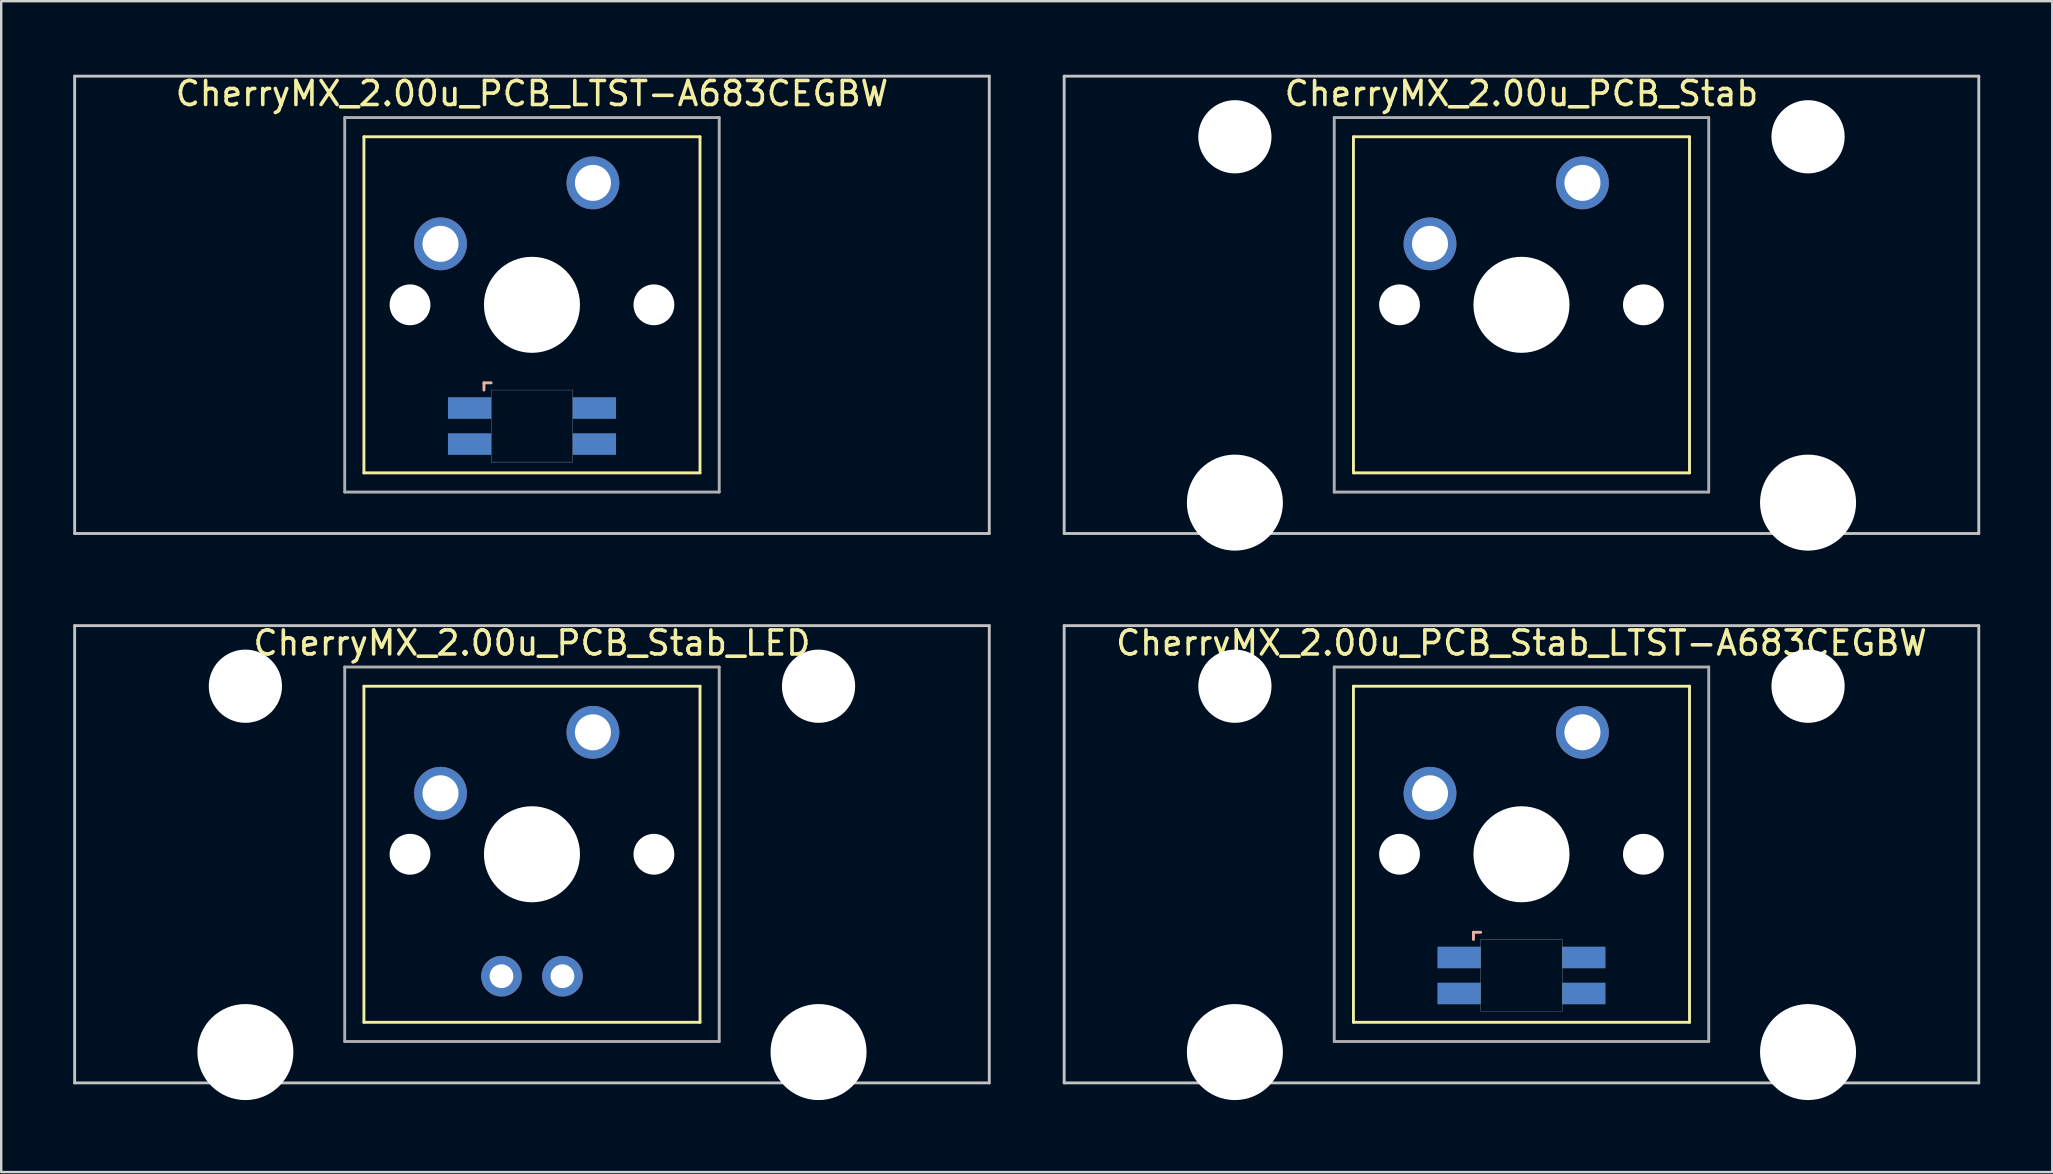
<source format=kicad_pcb>
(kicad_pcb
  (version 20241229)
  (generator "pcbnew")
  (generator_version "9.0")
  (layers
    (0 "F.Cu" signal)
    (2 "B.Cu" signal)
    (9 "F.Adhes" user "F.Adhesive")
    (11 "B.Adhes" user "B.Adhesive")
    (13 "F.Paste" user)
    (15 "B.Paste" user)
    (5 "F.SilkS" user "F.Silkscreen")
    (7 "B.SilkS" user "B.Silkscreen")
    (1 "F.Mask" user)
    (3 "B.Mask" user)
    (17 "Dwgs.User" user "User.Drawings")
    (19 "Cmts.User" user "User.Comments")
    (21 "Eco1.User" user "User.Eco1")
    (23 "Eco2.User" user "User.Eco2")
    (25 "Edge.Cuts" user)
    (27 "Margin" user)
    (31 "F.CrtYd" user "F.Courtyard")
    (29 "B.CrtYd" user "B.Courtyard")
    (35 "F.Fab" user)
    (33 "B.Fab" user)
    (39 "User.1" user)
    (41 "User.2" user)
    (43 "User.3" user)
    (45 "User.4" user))
  (footprint "CherryMX_2.00u_PCB_LTST-A683CEGBW"
    (layer "F.Cu")
    (at 19.11 9.648)
    (property "Reference" "CherryMX_2.00u_PCB_LTST-A683CEGBW" (at 0 -8.8 0) (layer "F.SilkS") (effects (font (size 1 1) (thickness 0.15))))
    (attr through_hole)
    (fp_line (start -7 -7) (end -7 7) (stroke (width 0.12) (type solid)) (layer "F.SilkS"))
    (fp_line (start -7 -7) (end 7 -7) (stroke (width 0.12) (type solid)) (layer "F.SilkS"))
    (fp_line (start 7 -7) (end 7 7) (stroke (width 0.12) (type solid)) (layer "F.SilkS"))
    (fp_line (start 7 7) (end -7 7) (stroke (width 0.12) (type solid)) (layer "F.SilkS"))
    (fp_line (start -2 3.25) (end -2 3.55) (stroke (width 0.12) (type solid)) (layer "B.SilkS"))
    (fp_line (start -1.7 3.25) (end -2 3.25) (stroke (width 0.12) (type solid)) (layer "B.SilkS"))
    (fp_line (start -19.05 -9.525) (end 19.05 -9.525) (stroke (width 0.12) (type solid)) (layer "Dwgs.User"))
    (fp_line (start -19.05 9.525) (end -19.05 -9.525) (stroke (width 0.12) (type solid)) (layer "Dwgs.User"))
    (fp_line (start 19.05 -9.525) (end 19.05 9.525) (stroke (width 0.12) (type solid)) (layer "Dwgs.User"))
    (fp_line (start 19.05 9.525) (end -19.05 9.525) (stroke (width 0.12) (type solid)) (layer "Dwgs.User"))
    (fp_poly (pts (xy 1.7 6.55) (xy -1.7 6.55) (xy -1.7 3.55) (xy 1.7 3.55)) (stroke (width 0.01) (type solid)) (fill no) (layer "Edge.Cuts"))
    (fp_line (start -7.8 -7.8) (end -7.8 7.8) (stroke (width 0.12) (type solid)) (layer "F.Fab"))
    (fp_line (start -7.8 -7.8) (end 7.8 -7.8) (stroke (width 0.12) (type solid)) (layer "F.Fab"))
    (fp_line (start -7.8 7.8) (end 7.8 7.8) (stroke (width 0.12) (type solid)) (layer "F.Fab"))
    (fp_line (start 7.8 -7.8) (end 7.8 7.8) (stroke (width 0.12) (type solid)) (layer "F.Fab"))
    (pad "" np_thru_hole circle (at -5.08 0) (size 1.7 1.7) (drill 1.7) (layers "*.Cu" "*.Mask"))
    (pad "" np_thru_hole circle (at 0 0) (size 4 4) (drill 4) (layers "*.Cu" "*.Mask"))
    (pad "" np_thru_hole circle (at 5.08 0) (size 1.7 1.7) (drill 1.7) (layers "*.Cu" "*.Mask"))
    (pad "1" thru_hole circle (at -3.81 -2.54) (size 2.2 2.2) (drill 1.5) (layers "*.Cu" "*.Mask"))
    (pad "2" thru_hole circle (at 2.54 -5.08) (size 2.2 2.2) (drill 1.5) (layers "*.Cu" "*.Mask"))
    (pad "3" smd rect (at -2.6 4.3) (size 1.8 0.9) (layers "B.Cu" "B.Mask" "B.Paste"))
    (pad "4" smd rect (at -2.6 5.8) (size 1.8 0.9) (layers "B.Cu" "B.Mask" "B.Paste"))
    (pad "5" smd rect (at 2.6 4.3) (size 1.8 0.9) (layers "B.Cu" "B.Mask" "B.Paste"))
    (pad "6" smd rect (at 2.6 5.8) (size 1.8 0.9) (layers "B.Cu" "B.Mask" "B.Paste")))
  (footprint "CherryMX_2.00u_PCB_Stab_LTST-A683CEGBW"
    (layer "F.Cu")
    (at 60.33 32.536)
    (property "Reference" "CherryMX_2.00u_PCB_Stab_LTST-A683CEGBW" (at 0 -8.8 0) (layer "F.SilkS") (effects (font (size 1 1) (thickness 0.15))))
    (attr through_hole)
    (fp_line (start -7 -7) (end -7 7) (stroke (width 0.12) (type solid)) (layer "F.SilkS"))
    (fp_line (start -7 -7) (end 7 -7) (stroke (width 0.12) (type solid)) (layer "F.SilkS"))
    (fp_line (start 7 -7) (end 7 7) (stroke (width 0.12) (type solid)) (layer "F.SilkS"))
    (fp_line (start 7 7) (end -7 7) (stroke (width 0.12) (type solid)) (layer "F.SilkS"))
    (fp_line (start -2 3.25) (end -2 3.55) (stroke (width 0.12) (type solid)) (layer "B.SilkS"))
    (fp_line (start -1.7 3.25) (end -2 3.25) (stroke (width 0.12) (type solid)) (layer "B.SilkS"))
    (fp_line (start -19.05 -9.525) (end 19.05 -9.525) (stroke (width 0.12) (type solid)) (layer "Dwgs.User"))
    (fp_line (start -19.05 9.525) (end -19.05 -9.525) (stroke (width 0.12) (type solid)) (layer "Dwgs.User"))
    (fp_line (start 19.05 -9.525) (end 19.05 9.525) (stroke (width 0.12) (type solid)) (layer "Dwgs.User"))
    (fp_line (start 19.05 9.525) (end -19.05 9.525) (stroke (width 0.12) (type solid)) (layer "Dwgs.User"))
    (fp_poly (pts (xy 1.7 6.55) (xy -1.7 6.55) (xy -1.7 3.55) (xy 1.7 3.55)) (stroke (width 0.01) (type solid)) (fill no) (layer "Edge.Cuts"))
    (fp_line (start -7.8 -7.8) (end -7.8 7.8) (stroke (width 0.12) (type solid)) (layer "F.Fab"))
    (fp_line (start -7.8 -7.8) (end 7.8 -7.8) (stroke (width 0.12) (type solid)) (layer "F.Fab"))
    (fp_line (start -7.8 7.8) (end 7.8 7.8) (stroke (width 0.12) (type solid)) (layer "F.Fab"))
    (fp_line (start 7.8 -7.8) (end 7.8 7.8) (stroke (width 0.12) (type solid)) (layer "F.Fab"))
    (pad "" np_thru_hole circle (at -11.938 -7) (size 3.05 3.05) (drill 3.05) (layers "*.Cu" "*.Mask"))
    (pad "" np_thru_hole circle (at -11.938 8.24) (size 4 4) (drill 4) (layers "*.Cu" "*.Mask"))
    (pad "" np_thru_hole circle (at -5.08 0) (size 1.7 1.7) (drill 1.7) (layers "*.Cu" "*.Mask"))
    (pad "" np_thru_hole circle (at 0 0) (size 4 4) (drill 4) (layers "*.Cu" "*.Mask"))
    (pad "" np_thru_hole circle (at 5.08 0) (size 1.7 1.7) (drill 1.7) (layers "*.Cu" "*.Mask"))
    (pad "" np_thru_hole circle (at 11.938 -7) (size 3.05 3.05) (drill 3.05) (layers "*.Cu" "*.Mask"))
    (pad "" np_thru_hole circle (at 11.938 8.24) (size 4 4) (drill 4) (layers "*.Cu" "*.Mask"))
    (pad "1" thru_hole circle (at -3.81 -2.54) (size 2.2 2.2) (drill 1.5) (layers "*.Cu" "*.Mask"))
    (pad "2" thru_hole circle (at 2.54 -5.08) (size 2.2 2.2) (drill 1.5) (layers "*.Cu" "*.Mask"))
    (pad "3" smd rect (at -2.6 4.3) (size 1.8 0.9) (layers "B.Cu" "B.Mask" "B.Paste"))
    (pad "4" smd rect (at -2.6 5.8) (size 1.8 0.9) (layers "B.Cu" "B.Mask" "B.Paste"))
    (pad "5" smd rect (at 2.6 4.3) (size 1.8 0.9) (layers "B.Cu" "B.Mask" "B.Paste"))
    (pad "6" smd rect (at 2.6 5.8) (size 1.8 0.9) (layers "B.Cu" "B.Mask" "B.Paste")))
  (footprint "CherryMX_2.00u_PCB_Stab_LED"
    (layer "F.Cu")
    (at 19.11 32.536)
    (property "Reference" "CherryMX_2.00u_PCB_Stab_LED" (at 0 -8.8 0) (layer "F.SilkS") (effects (font (size 1 1) (thickness 0.15))))
    (attr through_hole)
    (fp_line (start -7 -7) (end -7 7) (stroke (width 0.12) (type solid)) (layer "F.SilkS"))
    (fp_line (start -7 -7) (end 7 -7) (stroke (width 0.12) (type solid)) (layer "F.SilkS"))
    (fp_line (start 7 -7) (end 7 7) (stroke (width 0.12) (type solid)) (layer "F.SilkS"))
    (fp_line (start 7 7) (end -7 7) (stroke (width 0.12) (type solid)) (layer "F.SilkS"))
    (fp_line (start -19.05 -9.525) (end 19.05 -9.525) (stroke (width 0.12) (type solid)) (layer "Dwgs.User"))
    (fp_line (start -19.05 9.525) (end -19.05 -9.525) (stroke (width 0.12) (type solid)) (layer "Dwgs.User"))
    (fp_line (start 19.05 -9.525) (end 19.05 9.525) (stroke (width 0.12) (type solid)) (layer "Dwgs.User"))
    (fp_line (start 19.05 9.525) (end -19.05 9.525) (stroke (width 0.12) (type solid)) (layer "Dwgs.User"))
    (fp_line (start -7.8 -7.8) (end -7.8 7.8) (stroke (width 0.12) (type solid)) (layer "F.Fab"))
    (fp_line (start -7.8 -7.8) (end 7.8 -7.8) (stroke (width 0.12) (type solid)) (layer "F.Fab"))
    (fp_line (start -7.8 7.8) (end 7.8 7.8) (stroke (width 0.12) (type solid)) (layer "F.Fab"))
    (fp_line (start 7.8 -7.8) (end 7.8 7.8) (stroke (width 0.12) (type solid)) (layer "F.Fab"))
    (pad "" np_thru_hole circle (at -11.938 -7) (size 3.05 3.05) (drill 3.05) (layers "*.Cu" "*.Mask"))
    (pad "" np_thru_hole circle (at -11.938 8.24) (size 4 4) (drill 4) (layers "*.Cu" "*.Mask"))
    (pad "" np_thru_hole circle (at -5.08 0) (size 1.7 1.7) (drill 1.7) (layers "*.Cu" "*.Mask"))
    (pad "" np_thru_hole circle (at 0 0) (size 4 4) (drill 4) (layers "*.Cu" "*.Mask"))
    (pad "" np_thru_hole circle (at 5.08 0) (size 1.7 1.7) (drill 1.7) (layers "*.Cu" "*.Mask"))
    (pad "" np_thru_hole circle (at 11.938 -7) (size 3.05 3.05) (drill 3.05) (layers "*.Cu" "*.Mask"))
    (pad "" np_thru_hole circle (at 11.938 8.24) (size 4 4) (drill 4) (layers "*.Cu" "*.Mask"))
    (pad "1" thru_hole circle (at -3.81 -2.54) (size 2.2 2.2) (drill 1.5) (layers "*.Cu" "*.Mask"))
    (pad "2" thru_hole circle (at 2.54 -5.08) (size 2.2 2.2) (drill 1.5) (layers "*.Cu" "*.Mask"))
    (pad "3" thru_hole circle (at -1.27 5.08) (size 1.691 1.691) (drill 0.991) (layers "*.Cu" "*.Mask"))
    (pad "4" thru_hole circle (at 1.27 5.08) (size 1.691 1.691) (drill 0.991) (layers "*.Cu" "*.Mask")))
  (footprint "CherryMX_2.00u_PCB_Stab"
    (layer "F.Cu")
    (at 60.33 9.648)
    (property "Reference" "CherryMX_2.00u_PCB_Stab" (at 0 -8.8 0) (layer "F.SilkS") (effects (font (size 1 1) (thickness 0.15))))
    (attr through_hole)
    (fp_line (start -7 -7) (end -7 7) (stroke (width 0.12) (type solid)) (layer "F.SilkS"))
    (fp_line (start -7 -7) (end 7 -7) (stroke (width 0.12) (type solid)) (layer "F.SilkS"))
    (fp_line (start 7 -7) (end 7 7) (stroke (width 0.12) (type solid)) (layer "F.SilkS"))
    (fp_line (start 7 7) (end -7 7) (stroke (width 0.12) (type solid)) (layer "F.SilkS"))
    (fp_line (start -19.05 -9.525) (end 19.05 -9.525) (stroke (width 0.12) (type solid)) (layer "Dwgs.User"))
    (fp_line (start -19.05 9.525) (end -19.05 -9.525) (stroke (width 0.12) (type solid)) (layer "Dwgs.User"))
    (fp_line (start 19.05 -9.525) (end 19.05 9.525) (stroke (width 0.12) (type solid)) (layer "Dwgs.User"))
    (fp_line (start 19.05 9.525) (end -19.05 9.525) (stroke (width 0.12) (type solid)) (layer "Dwgs.User"))
    (fp_line (start -7.8 -7.8) (end -7.8 7.8) (stroke (width 0.12) (type solid)) (layer "F.Fab"))
    (fp_line (start -7.8 -7.8) (end 7.8 -7.8) (stroke (width 0.12) (type solid)) (layer "F.Fab"))
    (fp_line (start -7.8 7.8) (end 7.8 7.8) (stroke (width 0.12) (type solid)) (layer "F.Fab"))
    (fp_line (start 7.8 -7.8) (end 7.8 7.8) (stroke (width 0.12) (type solid)) (layer "F.Fab"))
    (pad "" np_thru_hole circle (at -11.938 -7) (size 3.05 3.05) (drill 3.05) (layers "*.Cu" "*.Mask"))
    (pad "" np_thru_hole circle (at -11.938 8.24) (size 4 4) (drill 4) (layers "*.Cu" "*.Mask"))
    (pad "" np_thru_hole circle (at -5.08 0) (size 1.7 1.7) (drill 1.7) (layers "*.Cu" "*.Mask"))
    (pad "" np_thru_hole circle (at 0 0) (size 4 4) (drill 4) (layers "*.Cu" "*.Mask"))
    (pad "" np_thru_hole circle (at 5.08 0) (size 1.7 1.7) (drill 1.7) (layers "*.Cu" "*.Mask"))
    (pad "" np_thru_hole circle (at 11.938 -7) (size 3.05 3.05) (drill 3.05) (layers "*.Cu" "*.Mask"))
    (pad "" np_thru_hole circle (at 11.938 8.24) (size 4 4) (drill 4) (layers "*.Cu" "*.Mask"))
    (pad "1" thru_hole circle (at -3.81 -2.54) (size 2.2 2.2) (drill 1.5) (layers "*.Cu" "*.Mask"))
    (pad "2" thru_hole circle (at 2.54 -5.08) (size 2.2 2.2) (drill 1.5) (layers "*.Cu" "*.Mask")))
  (gr_rect
    (start -3 -3)
    (end 82.44 45.776)
    (stroke (width 0.1) (type default))
    (fill no)
    (layer "Edge.Cuts")))
</source>
